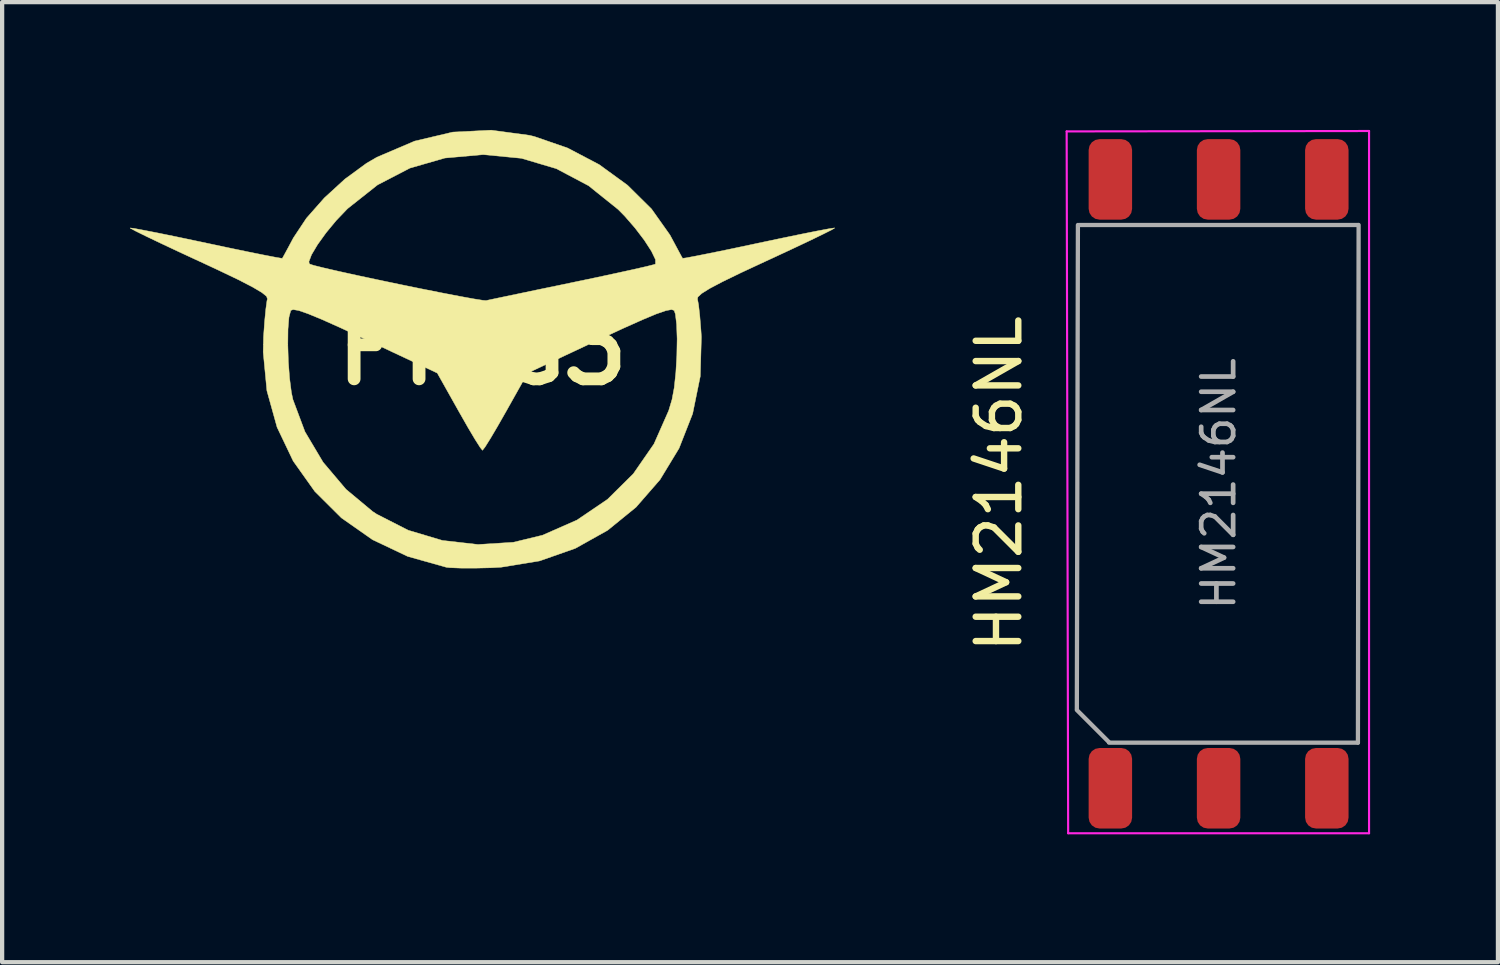
<source format=kicad_pcb>
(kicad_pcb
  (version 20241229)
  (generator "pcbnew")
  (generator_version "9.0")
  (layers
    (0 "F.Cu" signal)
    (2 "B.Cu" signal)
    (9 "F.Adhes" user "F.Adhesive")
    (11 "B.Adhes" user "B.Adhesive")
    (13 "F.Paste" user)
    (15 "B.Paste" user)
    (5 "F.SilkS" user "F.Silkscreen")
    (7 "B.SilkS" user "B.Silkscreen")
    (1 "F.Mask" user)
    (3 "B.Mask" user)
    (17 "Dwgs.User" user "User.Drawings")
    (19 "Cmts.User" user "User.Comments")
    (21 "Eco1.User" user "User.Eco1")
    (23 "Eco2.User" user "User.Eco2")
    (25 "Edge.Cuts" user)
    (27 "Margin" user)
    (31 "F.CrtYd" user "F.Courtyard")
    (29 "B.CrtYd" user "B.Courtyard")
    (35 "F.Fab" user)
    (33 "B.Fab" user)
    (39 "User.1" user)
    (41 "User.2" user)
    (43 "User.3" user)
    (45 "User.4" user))
  (footprint "FTAG3"
    (layer "F.Cu")
    (at 8.273 5.152)
    (property "Reference" "FTAG3" (at 0 0 0) (layer "F.SilkS") (effects (font (size 1.524 1.524) (thickness 0.3))))
    (attr through_hole)
    (fp_poly (pts (xy 1.103 -5.026) (xy 1.218 -4.998) (xy 1.999 -4.728) (xy 2.738 -4.34) (xy 3.404 -3.856) (xy 3.968 -3.298) (xy 4.399 -2.69) (xy 4.437 -2.62) (xy 4.568 -2.376) (xy 4.662 -2.201) (xy 4.697 -2.139) (xy 4.78 -2.15) (xy 5.004 -2.192) (xy 5.345 -2.26) (xy 5.78 -2.349) (xy 6.282 -2.455) (xy 6.478 -2.497) (xy 7 -2.607) (xy 7.463 -2.703) (xy 7.843 -2.779) (xy 8.115 -2.83) (xy 8.255 -2.852) (xy 8.268 -2.852) (xy 8.202 -2.811) (xy 8.003 -2.711) (xy 7.695 -2.561) (xy 7.297 -2.373) (xy 6.834 -2.157) (xy 6.645 -2.07) (xy 6.071 -1.803) (xy 5.639 -1.593) (xy 5.335 -1.433) (xy 5.146 -1.315) (xy 5.056 -1.232) (xy 5.046 -1.185) (xy 5.072 -1.047) (xy 5.101 -0.787) (xy 5.128 -0.45) (xy 5.138 -0.296) (xy 5.112 0.63) (xy 4.933 1.507) (xy 4.614 2.32) (xy 4.167 3.056) (xy 3.604 3.702) (xy 2.938 4.244) (xy 2.18 4.668) (xy 1.343 4.962) (xy 0.44 5.11) (xy 0.212 5.123) (xy -0.174 5.132) (xy -0.515 5.131) (xy -0.764 5.121) (xy -0.847 5.112) (xy -1.756 4.856) (xy -2.581 4.464) (xy -3.311 3.952) (xy -3.935 3.331) (xy -4.442 2.618) (xy -4.82 1.826) (xy -5.059 0.968) (xy -5.146 0.06) (xy -5.142 -0.113) (xy -4.568 -0.113) (xy -4.556 0.284) (xy -4.527 0.673) (xy -4.484 1.008) (xy -4.449 1.174) (xy -4.166 1.93) (xy -3.741 2.645) (xy -3.203 3.281) (xy -2.578 3.802) (xy -2.484 3.864) (xy -1.744 4.242) (xy -0.94 4.482) (xy -0.105 4.577) (xy 0.726 4.525) (xy 1.41 4.359) (xy 2.219 4.003) (xy 2.935 3.517) (xy 3.541 2.917) (xy 4.025 2.218) (xy 4.371 1.435) (xy 4.449 1.174) (xy 4.501 0.896) (xy 4.539 0.537) (xy 4.562 0.14) (xy 4.569 -0.249) (xy 4.557 -0.588) (xy 4.528 -0.831) (xy 4.499 -0.916) (xy 4.439 -0.937) (xy 4.305 -0.912) (xy 4.08 -0.834) (xy 3.75 -0.696) (xy 3.298 -0.494) (xy 2.744 -0.237) (xy 1.06 0.554) (xy 0.551 1.46) (xy 0.353 1.807) (xy 0.184 2.093) (xy 0.061 2.289) (xy 0.001 2.366) (xy 0 2.366) (xy -0.055 2.297) (xy -0.175 2.108) (xy -0.342 1.827) (xy -0.538 1.483) (xy -0.551 1.46) (xy -1.06 0.554) (xy -2.744 -0.237) (xy -3.324 -0.506) (xy -3.769 -0.705) (xy -4.094 -0.839) (xy -4.313 -0.915) (xy -4.444 -0.937) (xy -4.499 -0.916) (xy -4.541 -0.757) (xy -4.564 -0.475) (xy -4.568 -0.113) (xy -5.142 -0.113) (xy -5.138 -0.296) (xy -5.113 -0.651) (xy -5.084 -0.949) (xy -5.057 -1.145) (xy -5.046 -1.185) (xy -5.067 -1.247) (xy -5.178 -1.337) (xy -5.391 -1.463) (xy -5.721 -1.634) (xy -6.183 -1.855) (xy -6.62 -2.059) (xy -4.074 -2.059) (xy -4.061 -2.007) (xy -3.962 -1.974) (xy -3.725 -1.915) (xy -3.377 -1.835) (xy -2.947 -1.74) (xy -2.464 -1.637) (xy -1.953 -1.53) (xy -1.445 -1.426) (xy -0.967 -1.331) (xy -0.546 -1.25) (xy -0.212 -1.189) (xy 0.009 -1.154) (xy 0.085 -1.148) (xy 0.201 -1.173) (xy 0.458 -1.227) (xy 0.831 -1.305) (xy 1.293 -1.402) (xy 1.821 -1.511) (xy 2.117 -1.573) (xy 2.662 -1.687) (xy 3.149 -1.792) (xy 3.556 -1.881) (xy 3.857 -1.95) (xy 4.03 -1.994) (xy 4.061 -2.005) (xy 4.061 -2.11) (xy 3.966 -2.307) (xy 3.799 -2.565) (xy 3.582 -2.85) (xy 3.336 -3.133) (xy 3.184 -3.287) (xy 2.49 -3.844) (xy 1.733 -4.244) (xy 0.914 -4.487) (xy 0.034 -4.572) (xy 0 -4.572) (xy -0.883 -4.493) (xy -1.704 -4.256) (xy -2.463 -3.862) (xy -3.159 -3.311) (xy -3.184 -3.287) (xy -3.435 -3.024) (xy -3.671 -2.738) (xy -3.871 -2.46) (xy -4.012 -2.223) (xy -4.074 -2.059) (xy -6.62 -2.059) (xy -6.645 -2.07) (xy -7.128 -2.294) (xy -7.553 -2.494) (xy -7.898 -2.659) (xy -8.141 -2.779) (xy -8.26 -2.844) (xy -8.268 -2.852) (xy -8.182 -2.842) (xy -7.955 -2.8) (xy -7.612 -2.733) (xy -7.176 -2.644) (xy -6.672 -2.538) (xy -6.478 -2.497) (xy -5.956 -2.386) (xy -5.494 -2.29) (xy -5.116 -2.214) (xy -4.846 -2.162) (xy -4.709 -2.139) (xy -4.697 -2.139) (xy -4.653 -2.218) (xy -4.552 -2.404) (xy -4.437 -2.62) (xy -4.131 -3.081) (xy -3.712 -3.556) (xy -3.226 -4.001) (xy -2.719 -4.372) (xy -2.476 -4.513) (xy -1.593 -4.89) (xy -0.696 -5.102) (xy 0.206 -5.147) (xy 1.103 -5.026)) (stroke (width 0.01) (type solid)) (fill yes) (layer "F.SilkS")))
  (footprint "HM2146NL"
    (layer "F.Cu")
    (at 25.55 8.305)
    (property "Reference" "HM2146NL" (at -5.156 0 270) (layer "F.SilkS") (effects (font (size 1 1) (thickness 0.15))))
    (attr smd)
    (fp_line (start -3.531 8.201) (end -3.566 -8.271) (stroke (width 0.05) (type solid)) (layer "F.CrtYd"))
    (fp_line (start 3.531 -8.28) (end -3.566 -8.271) (stroke (width 0.05) (type solid)) (layer "F.CrtYd"))
    (fp_line (start 3.531 8.201) (end -3.531 8.201) (stroke (width 0.05) (type solid)) (layer "F.CrtYd"))
    (fp_line (start 3.531 8.201) (end 3.531 -8.28) (stroke (width 0.05) (type solid)) (layer "F.CrtYd"))
    (fp_line (start -3.327 5.283) (end -3.302 -6.075) (stroke (width 0.1) (type solid)) (layer "F.Fab"))
    (fp_line (start -3.269 -6.075) (end 3.271 -6.075) (stroke (width 0.1) (type solid)) (layer "F.Fab"))
    (fp_line (start -2.577 6.059) (end -3.327 5.309) (stroke (width 0.1) (type solid)) (layer "F.Fab"))
    (fp_line (start -2.571 6.075) (end 3.27 6.075) (stroke (width 0.1) (type solid)) (layer "F.Fab"))
    (fp_line (start 3.27 6.075) (end 3.286 -6.075) (stroke (width 0.1) (type solid)) (layer "F.Fab"))
    (fp_text user "${REFERENCE}" (at 0 0 270) (layer "F.Fab") (effects (font (size 0.75 0.75) (thickness 0.11))))
    (pad "1" smd roundrect (at -2.54 7.145) (size 1.02 1.89) (layers "F.Cu" "F.Mask" "F.Paste") (roundrect_rratio 0.25))
    (pad "2" smd roundrect (at 0 7.145) (size 1.02 1.89) (layers "F.Cu" "F.Mask" "F.Paste") (roundrect_rratio 0.25))
    (pad "3" smd roundrect (at 2.54 7.145) (size 1.02 1.89) (layers "F.Cu" "F.Mask" "F.Paste") (roundrect_rratio 0.25))
    (pad "4" smd roundrect (at 2.54 -7.145) (size 1.02 1.89) (layers "F.Cu" "F.Mask" "F.Paste") (roundrect_rratio 0.25))
    (pad "5" smd roundrect (at 0 -7.145) (size 1.02 1.89) (layers "F.Cu" "F.Mask" "F.Paste") (roundrect_rratio 0.25))
    (pad "6" smd roundrect (at -2.54 -7.145) (size 1.02 1.89) (layers "F.Cu" "F.Mask" "F.Paste") (roundrect_rratio 0.25)))
  (gr_rect
    (start -3 -3)
    (end 32.106 19.532)
    (stroke (width 0.1) (type default))
    (fill no)
    (layer "Edge.Cuts")))
</source>
